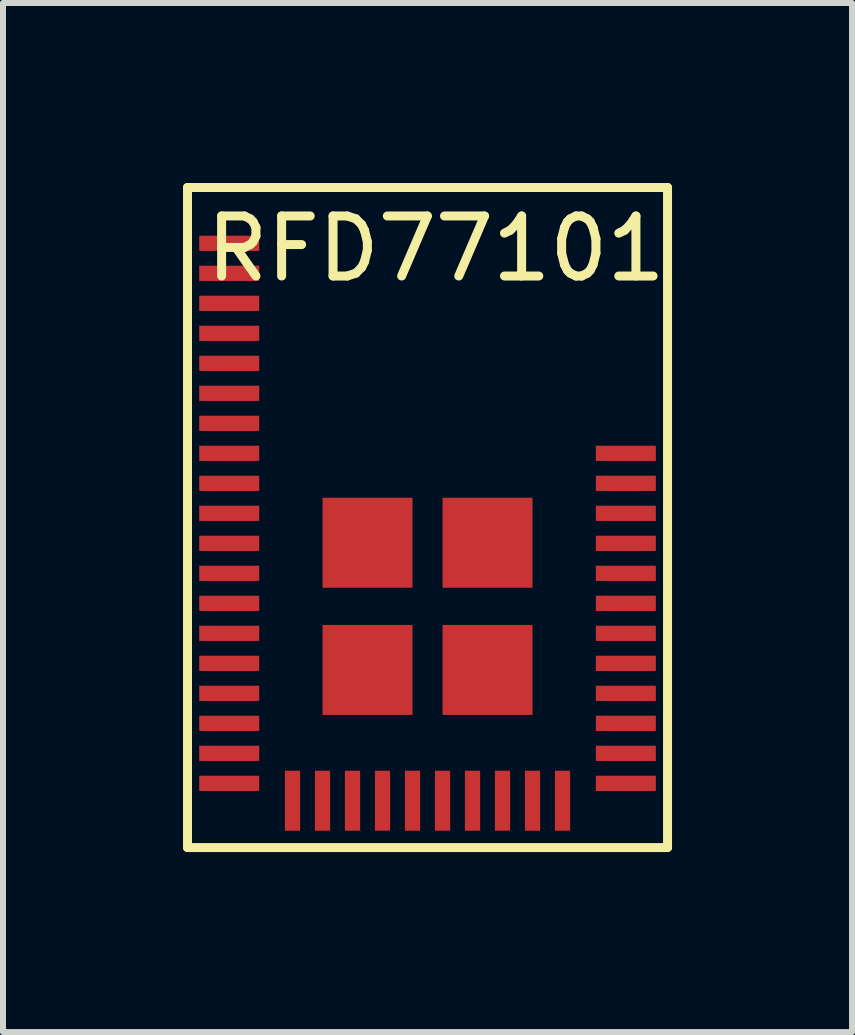
<source format=kicad_pcb>
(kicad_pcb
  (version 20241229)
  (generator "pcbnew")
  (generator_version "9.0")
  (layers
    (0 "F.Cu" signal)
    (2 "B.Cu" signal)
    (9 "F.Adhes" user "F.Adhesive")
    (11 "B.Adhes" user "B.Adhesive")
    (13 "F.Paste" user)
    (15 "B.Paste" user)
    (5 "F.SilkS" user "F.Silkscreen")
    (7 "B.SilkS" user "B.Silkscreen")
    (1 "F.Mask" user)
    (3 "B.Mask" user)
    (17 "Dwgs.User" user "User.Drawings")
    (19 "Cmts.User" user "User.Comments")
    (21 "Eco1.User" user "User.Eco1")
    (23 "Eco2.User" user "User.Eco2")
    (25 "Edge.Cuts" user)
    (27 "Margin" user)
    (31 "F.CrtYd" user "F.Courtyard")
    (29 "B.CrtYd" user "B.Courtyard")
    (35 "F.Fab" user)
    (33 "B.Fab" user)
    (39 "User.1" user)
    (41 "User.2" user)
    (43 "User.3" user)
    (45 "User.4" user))
  (footprint "RFD77101"
    (layer "F.Cu")
    (at 4.075 5.575)
    (property "Reference" "RFD77101" (at 0.14 -4.48 0) (layer "F.SilkS") (effects (font (size 1 1) (thickness 0.15))))
    (attr through_hole)
    (fp_line (start -4 -5.5) (end 4 -5.5) (stroke (width 0.15) (type solid)) (layer "F.SilkS"))
    (fp_line (start -4 5) (end -4 -5.5) (stroke (width 0.15) (type solid)) (layer "F.SilkS"))
    (fp_line (start -4 5) (end -4 5.5) (stroke (width 0.15) (type solid)) (layer "F.SilkS"))
    (fp_line (start -4 5.5) (end 4 5.5) (stroke (width 0.15) (type solid)) (layer "F.SilkS"))
    (fp_line (start 4 5.5) (end 4 -5.5) (stroke (width 0.15) (type solid)) (layer "F.SilkS"))
    (pad "1" smd rect (at -3.305 -4.57) (size 1 0.254) (layers "F.Cu" "F.Mask" "F.Paste"))
    (pad "2" smd rect (at -3.305 -4.07) (size 1 0.254) (layers "F.Cu" "F.Mask" "F.Paste"))
    (pad "3" smd rect (at -3.305 -3.57) (size 1 0.254) (layers "F.Cu" "F.Mask" "F.Paste"))
    (pad "4" smd rect (at -3.305 -3.07) (size 1 0.254) (layers "F.Cu" "F.Mask" "F.Paste"))
    (pad "5" smd rect (at -3.305 -2.57) (size 1 0.254) (layers "F.Cu" "F.Mask" "F.Paste"))
    (pad "6" smd rect (at -3.305 -2.07) (size 1 0.254) (layers "F.Cu" "F.Mask" "F.Paste"))
    (pad "7" smd rect (at -3.305 -1.57) (size 1 0.254) (layers "F.Cu" "F.Mask" "F.Paste"))
    (pad "8" smd rect (at -3.305 -1.07) (size 1 0.254) (layers "F.Cu" "F.Mask" "F.Paste"))
    (pad "9" smd rect (at -3.305 -0.57) (size 1 0.254) (layers "F.Cu" "F.Mask" "F.Paste"))
    (pad "10" smd rect (at -3.305 -0.07) (size 1 0.254) (layers "F.Cu" "F.Mask" "F.Paste"))
    (pad "11" smd rect (at -3.305 0.43) (size 1 0.254) (layers "F.Cu" "F.Mask" "F.Paste"))
    (pad "12" smd rect (at -3.305 0.93) (size 1 0.254) (layers "F.Cu" "F.Mask" "F.Paste"))
    (pad "13" smd rect (at -3.305 1.43) (size 1 0.254) (layers "F.Cu" "F.Mask" "F.Paste"))
    (pad "14" smd rect (at -3.305 1.93) (size 1 0.254) (layers "F.Cu" "F.Mask" "F.Paste"))
    (pad "15" smd rect (at -3.305 2.43) (size 1 0.254) (layers "F.Cu" "F.Mask" "F.Paste"))
    (pad "16" smd rect (at -3.305 2.93) (size 1 0.254) (layers "F.Cu" "F.Mask" "F.Paste"))
    (pad "17" smd rect (at -3.305 3.43) (size 1 0.254) (layers "F.Cu" "F.Mask" "F.Paste"))
    (pad "18" smd rect (at -3.305 3.93) (size 1 0.254) (layers "F.Cu" "F.Mask" "F.Paste"))
    (pad "19" smd rect (at -3.305 4.43) (size 1 0.254) (layers "F.Cu" "F.Mask" "F.Paste"))
    (pad "20" smd rect (at -2.25 4.72) (size 0.254 1) (layers "F.Cu" "F.Mask" "F.Paste"))
    (pad "21" smd rect (at -1.75 4.72) (size 0.254 1) (layers "F.Cu" "F.Mask" "F.Paste"))
    (pad "22" smd rect (at -1.25 4.72) (size 0.254 1) (layers "F.Cu" "F.Mask" "F.Paste"))
    (pad "23" smd rect (at -0.75 4.72) (size 0.254 1) (layers "F.Cu" "F.Mask" "F.Paste"))
    (pad "24" smd rect (at -0.25 4.72) (size 0.254 1) (layers "F.Cu" "F.Mask" "F.Paste"))
    (pad "25" smd rect (at 0.25 4.72) (size 0.254 1) (layers "F.Cu" "F.Mask" "F.Paste"))
    (pad "26" smd rect (at 0.75 4.72) (size 0.254 1) (layers "F.Cu" "F.Mask" "F.Paste"))
    (pad "27" smd rect (at 1.25 4.72) (size 0.254 1) (layers "F.Cu" "F.Mask" "F.Paste"))
    (pad "28" smd rect (at 1.75 4.72) (size 0.254 1) (layers "F.Cu" "F.Mask" "F.Paste"))
    (pad "29" smd rect (at 2.25 4.72) (size 0.254 1) (layers "F.Cu" "F.Mask" "F.Paste"))
    (pad "30" smd rect (at 3.305 4.43) (size 1 0.254) (layers "F.Cu" "F.Mask" "F.Paste"))
    (pad "31" smd rect (at 3.305 3.93) (size 1 0.254) (layers "F.Cu" "F.Mask" "F.Paste"))
    (pad "32" smd rect (at 3.305 3.43) (size 1 0.254) (layers "F.Cu" "F.Mask" "F.Paste"))
    (pad "33" smd rect (at 3.305 2.93) (size 1 0.254) (layers "F.Cu" "F.Mask" "F.Paste"))
    (pad "34" smd rect (at 3.305 2.43) (size 1 0.254) (layers "F.Cu" "F.Mask" "F.Paste"))
    (pad "35" smd rect (at 3.305 1.93) (size 1 0.254) (layers "F.Cu" "F.Mask" "F.Paste"))
    (pad "36" smd rect (at 3.305 1.43) (size 1 0.254) (layers "F.Cu" "F.Mask" "F.Paste"))
    (pad "37" smd rect (at 3.305 0.93) (size 1 0.254) (layers "F.Cu" "F.Mask" "F.Paste"))
    (pad "38" smd rect (at 3.305 0.43) (size 1 0.254) (layers "F.Cu" "F.Mask" "F.Paste"))
    (pad "39" smd rect (at 3.305 -0.07) (size 1 0.254) (layers "F.Cu" "F.Mask" "F.Paste"))
    (pad "40" smd rect (at 3.305 -0.57) (size 1 0.254) (layers "F.Cu" "F.Mask" "F.Paste"))
    (pad "41" smd rect (at 3.305 -1.07) (size 1 0.254) (layers "F.Cu" "F.Mask" "F.Paste"))
    (pad "42" smd rect (at -1 0.42) (size 1.5 1.5) (layers "F.Cu" "F.Mask" "F.Paste"))
    (pad "43" smd rect (at -1 2.54) (size 1.5 1.5) (layers "F.Cu" "F.Mask" "F.Paste"))
    (pad "44" smd rect (at 1 2.54) (size 1.5 1.5) (layers "F.Cu" "F.Mask" "F.Paste"))
    (pad "45" smd rect (at 1 0.42) (size 1.5 1.5) (layers "F.Cu" "F.Mask" "F.Paste")))
  (gr_rect
    (start -3 -3)
    (end 11.15 14.15)
    (stroke (width 0.1) (type default))
    (fill no)
    (layer "Edge.Cuts")))
</source>
